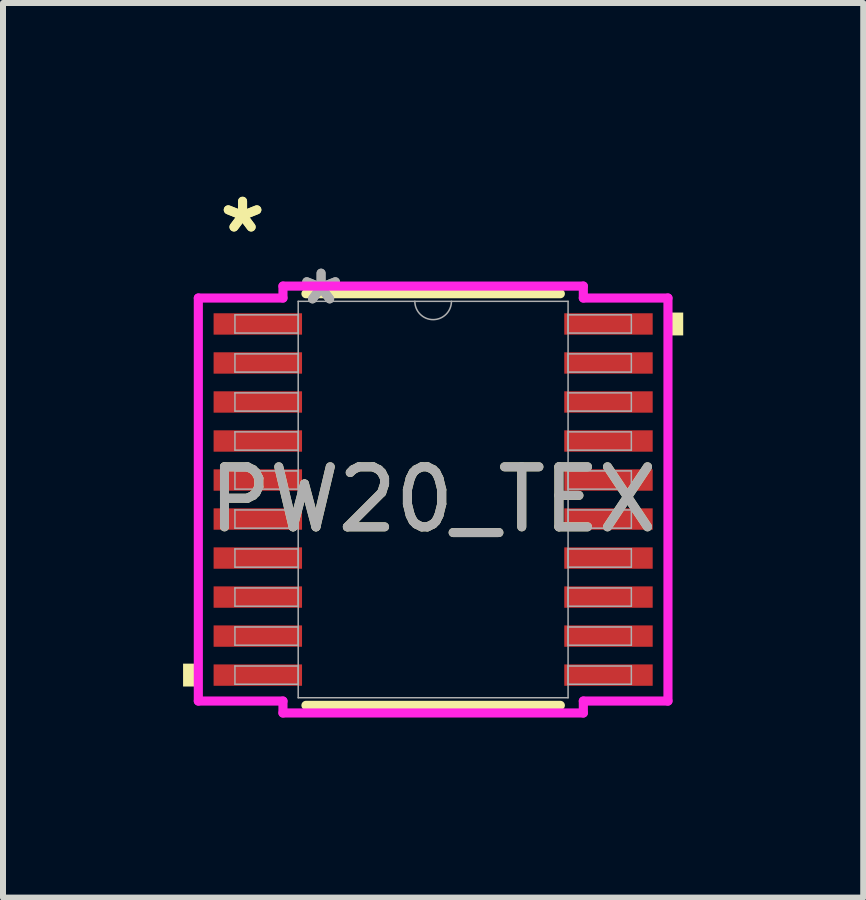
<source format=kicad_pcb>
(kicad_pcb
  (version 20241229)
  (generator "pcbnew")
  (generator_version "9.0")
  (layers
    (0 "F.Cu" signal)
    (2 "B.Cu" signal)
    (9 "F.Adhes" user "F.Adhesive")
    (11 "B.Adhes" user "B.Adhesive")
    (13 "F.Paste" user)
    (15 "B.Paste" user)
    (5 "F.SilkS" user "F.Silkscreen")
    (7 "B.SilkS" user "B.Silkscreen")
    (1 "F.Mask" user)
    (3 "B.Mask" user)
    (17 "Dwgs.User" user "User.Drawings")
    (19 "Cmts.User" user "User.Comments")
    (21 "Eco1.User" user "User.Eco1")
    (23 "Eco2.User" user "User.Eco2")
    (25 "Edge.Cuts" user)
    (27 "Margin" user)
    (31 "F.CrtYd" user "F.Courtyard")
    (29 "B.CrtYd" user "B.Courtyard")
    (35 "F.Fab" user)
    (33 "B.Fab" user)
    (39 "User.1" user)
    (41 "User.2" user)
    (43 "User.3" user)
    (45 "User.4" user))
  (footprint "PW20_TEX"
    (layer "F.Cu")
    (at 4.166 5.272)
    (property "Reference" "PW20_TEX" (at 0 0 0) (unlocked yes) (layer "F.SilkS") (effects (font (size 1 1) (thickness 0.15))))
    (attr smd)
    (fp_line (start -2.119 3.429) (end 2.119 3.429) (stroke (width 0.152) (type solid)) (layer "F.SilkS"))
    (fp_line (start 2.119 -3.429) (end -2.119 -3.429) (stroke (width 0.152) (type solid)) (layer "F.SilkS"))
    (fp_poly (pts (xy -4.166 2.734) (xy -4.166 3.115) (xy -3.912 3.115) (xy -3.912 2.734)) (stroke (width 0) (type solid)) (fill yes) (layer "F.SilkS"))
    (fp_poly (pts (xy 4.166 -3.115) (xy 4.166 -2.734) (xy 3.912 -2.734) (xy 3.912 -3.115)) (stroke (width 0) (type solid)) (fill yes) (layer "F.SilkS"))
    (fp_line (start -3.912 -3.357) (end -2.502 -3.357) (stroke (width 0.152) (type solid)) (layer "F.CrtYd"))
    (fp_line (start -3.912 3.357) (end -3.912 -3.357) (stroke (width 0.152) (type solid)) (layer "F.CrtYd"))
    (fp_line (start -3.912 3.357) (end -2.502 3.357) (stroke (width 0.152) (type solid)) (layer "F.CrtYd"))
    (fp_line (start -2.502 -3.556) (end 2.502 -3.556) (stroke (width 0.152) (type solid)) (layer "F.CrtYd"))
    (fp_line (start -2.502 -3.357) (end -2.502 -3.556) (stroke (width 0.152) (type solid)) (layer "F.CrtYd"))
    (fp_line (start -2.502 3.556) (end -2.502 3.357) (stroke (width 0.152) (type solid)) (layer "F.CrtYd"))
    (fp_line (start 2.502 -3.556) (end 2.502 -3.357) (stroke (width 0.152) (type solid)) (layer "F.CrtYd"))
    (fp_line (start 2.502 3.357) (end 2.502 3.556) (stroke (width 0.152) (type solid)) (layer "F.CrtYd"))
    (fp_line (start 2.502 3.556) (end -2.502 3.556) (stroke (width 0.152) (type solid)) (layer "F.CrtYd"))
    (fp_line (start 3.912 -3.357) (end 2.502 -3.357) (stroke (width 0.152) (type solid)) (layer "F.CrtYd"))
    (fp_line (start 3.912 -3.357) (end 3.912 3.357) (stroke (width 0.152) (type solid)) (layer "F.CrtYd"))
    (fp_line (start 3.912 3.357) (end 2.502 3.357) (stroke (width 0.152) (type solid)) (layer "F.CrtYd"))
    (fp_line (start -3.302 -3.077) (end -3.302 -2.773) (stroke (width 0.025) (type solid)) (layer "F.Fab"))
    (fp_line (start -3.302 -2.773) (end -2.248 -2.773) (stroke (width 0.025) (type solid)) (layer "F.Fab"))
    (fp_line (start -3.302 -2.427) (end -3.302 -2.123) (stroke (width 0.025) (type solid)) (layer "F.Fab"))
    (fp_line (start -3.302 -2.123) (end -2.248 -2.123) (stroke (width 0.025) (type solid)) (layer "F.Fab"))
    (fp_line (start -3.302 -1.777) (end -3.302 -1.473) (stroke (width 0.025) (type solid)) (layer "F.Fab"))
    (fp_line (start -3.302 -1.473) (end -2.248 -1.473) (stroke (width 0.025) (type solid)) (layer "F.Fab"))
    (fp_line (start -3.302 -1.127) (end -3.302 -0.823) (stroke (width 0.025) (type solid)) (layer "F.Fab"))
    (fp_line (start -3.302 -0.823) (end -2.248 -0.823) (stroke (width 0.025) (type solid)) (layer "F.Fab"))
    (fp_line (start -3.302 -0.477) (end -3.302 -0.173) (stroke (width 0.025) (type solid)) (layer "F.Fab"))
    (fp_line (start -3.302 -0.173) (end -2.248 -0.173) (stroke (width 0.025) (type solid)) (layer "F.Fab"))
    (fp_line (start -3.302 0.173) (end -3.302 0.477) (stroke (width 0.025) (type solid)) (layer "F.Fab"))
    (fp_line (start -3.302 0.477) (end -2.248 0.477) (stroke (width 0.025) (type solid)) (layer "F.Fab"))
    (fp_line (start -3.302 0.823) (end -3.302 1.127) (stroke (width 0.025) (type solid)) (layer "F.Fab"))
    (fp_line (start -3.302 1.127) (end -2.248 1.127) (stroke (width 0.025) (type solid)) (layer "F.Fab"))
    (fp_line (start -3.302 1.473) (end -3.302 1.777) (stroke (width 0.025) (type solid)) (layer "F.Fab"))
    (fp_line (start -3.302 1.777) (end -2.248 1.777) (stroke (width 0.025) (type solid)) (layer "F.Fab"))
    (fp_line (start -3.302 2.123) (end -3.302 2.427) (stroke (width 0.025) (type solid)) (layer "F.Fab"))
    (fp_line (start -3.302 2.427) (end -2.248 2.427) (stroke (width 0.025) (type solid)) (layer "F.Fab"))
    (fp_line (start -3.302 2.773) (end -3.302 3.077) (stroke (width 0.025) (type solid)) (layer "F.Fab"))
    (fp_line (start -3.302 3.077) (end -2.248 3.077) (stroke (width 0.025) (type solid)) (layer "F.Fab"))
    (fp_line (start -2.248 -3.302) (end -2.248 3.302) (stroke (width 0.025) (type solid)) (layer "F.Fab"))
    (fp_line (start -2.248 -3.077) (end -3.302 -3.077) (stroke (width 0.025) (type solid)) (layer "F.Fab"))
    (fp_line (start -2.248 -2.773) (end -2.248 -3.077) (stroke (width 0.025) (type solid)) (layer "F.Fab"))
    (fp_line (start -2.248 -2.427) (end -3.302 -2.427) (stroke (width 0.025) (type solid)) (layer "F.Fab"))
    (fp_line (start -2.248 -2.123) (end -2.248 -2.427) (stroke (width 0.025) (type solid)) (layer "F.Fab"))
    (fp_line (start -2.248 -1.777) (end -3.302 -1.777) (stroke (width 0.025) (type solid)) (layer "F.Fab"))
    (fp_line (start -2.248 -1.473) (end -2.248 -1.777) (stroke (width 0.025) (type solid)) (layer "F.Fab"))
    (fp_line (start -2.248 -1.127) (end -3.302 -1.127) (stroke (width 0.025) (type solid)) (layer "F.Fab"))
    (fp_line (start -2.248 -0.823) (end -2.248 -1.127) (stroke (width 0.025) (type solid)) (layer "F.Fab"))
    (fp_line (start -2.248 -0.477) (end -3.302 -0.477) (stroke (width 0.025) (type solid)) (layer "F.Fab"))
    (fp_line (start -2.248 -0.173) (end -2.248 -0.477) (stroke (width 0.025) (type solid)) (layer "F.Fab"))
    (fp_line (start -2.248 0.173) (end -3.302 0.173) (stroke (width 0.025) (type solid)) (layer "F.Fab"))
    (fp_line (start -2.248 0.477) (end -2.248 0.173) (stroke (width 0.025) (type solid)) (layer "F.Fab"))
    (fp_line (start -2.248 0.823) (end -3.302 0.823) (stroke (width 0.025) (type solid)) (layer "F.Fab"))
    (fp_line (start -2.248 1.127) (end -2.248 0.823) (stroke (width 0.025) (type solid)) (layer "F.Fab"))
    (fp_line (start -2.248 1.473) (end -3.302 1.473) (stroke (width 0.025) (type solid)) (layer "F.Fab"))
    (fp_line (start -2.248 1.777) (end -2.248 1.473) (stroke (width 0.025) (type solid)) (layer "F.Fab"))
    (fp_line (start -2.248 2.123) (end -3.302 2.123) (stroke (width 0.025) (type solid)) (layer "F.Fab"))
    (fp_line (start -2.248 2.427) (end -2.248 2.123) (stroke (width 0.025) (type solid)) (layer "F.Fab"))
    (fp_line (start -2.248 2.773) (end -3.302 2.773) (stroke (width 0.025) (type solid)) (layer "F.Fab"))
    (fp_line (start -2.248 3.077) (end -2.248 2.773) (stroke (width 0.025) (type solid)) (layer "F.Fab"))
    (fp_line (start -2.248 3.302) (end 2.248 3.302) (stroke (width 0.025) (type solid)) (layer "F.Fab"))
    (fp_line (start 2.248 -3.302) (end -2.248 -3.302) (stroke (width 0.025) (type solid)) (layer "F.Fab"))
    (fp_line (start 2.248 -3.077) (end 2.248 -2.773) (stroke (width 0.025) (type solid)) (layer "F.Fab"))
    (fp_line (start 2.248 -2.773) (end 3.302 -2.773) (stroke (width 0.025) (type solid)) (layer "F.Fab"))
    (fp_line (start 2.248 -2.427) (end 2.248 -2.123) (stroke (width 0.025) (type solid)) (layer "F.Fab"))
    (fp_line (start 2.248 -2.123) (end 3.302 -2.123) (stroke (width 0.025) (type solid)) (layer "F.Fab"))
    (fp_line (start 2.248 -1.777) (end 2.248 -1.473) (stroke (width 0.025) (type solid)) (layer "F.Fab"))
    (fp_line (start 2.248 -1.473) (end 3.302 -1.473) (stroke (width 0.025) (type solid)) (layer "F.Fab"))
    (fp_line (start 2.248 -1.127) (end 2.248 -0.823) (stroke (width 0.025) (type solid)) (layer "F.Fab"))
    (fp_line (start 2.248 -0.823) (end 3.302 -0.823) (stroke (width 0.025) (type solid)) (layer "F.Fab"))
    (fp_line (start 2.248 -0.477) (end 2.248 -0.173) (stroke (width 0.025) (type solid)) (layer "F.Fab"))
    (fp_line (start 2.248 -0.173) (end 3.302 -0.173) (stroke (width 0.025) (type solid)) (layer "F.Fab"))
    (fp_line (start 2.248 0.173) (end 2.248 0.477) (stroke (width 0.025) (type solid)) (layer "F.Fab"))
    (fp_line (start 2.248 0.477) (end 3.302 0.477) (stroke (width 0.025) (type solid)) (layer "F.Fab"))
    (fp_line (start 2.248 0.823) (end 2.248 1.127) (stroke (width 0.025) (type solid)) (layer "F.Fab"))
    (fp_line (start 2.248 1.127) (end 3.302 1.127) (stroke (width 0.025) (type solid)) (layer "F.Fab"))
    (fp_line (start 2.248 1.473) (end 2.248 1.777) (stroke (width 0.025) (type solid)) (layer "F.Fab"))
    (fp_line (start 2.248 1.777) (end 3.302 1.777) (stroke (width 0.025) (type solid)) (layer "F.Fab"))
    (fp_line (start 2.248 2.123) (end 2.248 2.427) (stroke (width 0.025) (type solid)) (layer "F.Fab"))
    (fp_line (start 2.248 2.427) (end 3.302 2.427) (stroke (width 0.025) (type solid)) (layer "F.Fab"))
    (fp_line (start 2.248 2.773) (end 2.248 3.077) (stroke (width 0.025) (type solid)) (layer "F.Fab"))
    (fp_line (start 2.248 3.077) (end 3.302 3.077) (stroke (width 0.025) (type solid)) (layer "F.Fab"))
    (fp_line (start 2.248 3.302) (end 2.248 -3.302) (stroke (width 0.025) (type solid)) (layer "F.Fab"))
    (fp_line (start 3.302 -3.077) (end 2.248 -3.077) (stroke (width 0.025) (type solid)) (layer "F.Fab"))
    (fp_line (start 3.302 -2.773) (end 3.302 -3.077) (stroke (width 0.025) (type solid)) (layer "F.Fab"))
    (fp_line (start 3.302 -2.427) (end 2.248 -2.427) (stroke (width 0.025) (type solid)) (layer "F.Fab"))
    (fp_line (start 3.302 -2.123) (end 3.302 -2.427) (stroke (width 0.025) (type solid)) (layer "F.Fab"))
    (fp_line (start 3.302 -1.777) (end 2.248 -1.777) (stroke (width 0.025) (type solid)) (layer "F.Fab"))
    (fp_line (start 3.302 -1.473) (end 3.302 -1.777) (stroke (width 0.025) (type solid)) (layer "F.Fab"))
    (fp_line (start 3.302 -1.127) (end 2.248 -1.127) (stroke (width 0.025) (type solid)) (layer "F.Fab"))
    (fp_line (start 3.302 -0.823) (end 3.302 -1.127) (stroke (width 0.025) (type solid)) (layer "F.Fab"))
    (fp_line (start 3.302 -0.477) (end 2.248 -0.477) (stroke (width 0.025) (type solid)) (layer "F.Fab"))
    (fp_line (start 3.302 -0.173) (end 3.302 -0.477) (stroke (width 0.025) (type solid)) (layer "F.Fab"))
    (fp_line (start 3.302 0.173) (end 2.248 0.173) (stroke (width 0.025) (type solid)) (layer "F.Fab"))
    (fp_line (start 3.302 0.477) (end 3.302 0.173) (stroke (width 0.025) (type solid)) (layer "F.Fab"))
    (fp_line (start 3.302 0.823) (end 2.248 0.823) (stroke (width 0.025) (type solid)) (layer "F.Fab"))
    (fp_line (start 3.302 1.127) (end 3.302 0.823) (stroke (width 0.025) (type solid)) (layer "F.Fab"))
    (fp_line (start 3.302 1.473) (end 2.248 1.473) (stroke (width 0.025) (type solid)) (layer "F.Fab"))
    (fp_line (start 3.302 1.777) (end 3.302 1.473) (stroke (width 0.025) (type solid)) (layer "F.Fab"))
    (fp_line (start 3.302 2.123) (end 2.248 2.123) (stroke (width 0.025) (type solid)) (layer "F.Fab"))
    (fp_line (start 3.302 2.427) (end 3.302 2.123) (stroke (width 0.025) (type solid)) (layer "F.Fab"))
    (fp_line (start 3.302 2.773) (end 2.248 2.773) (stroke (width 0.025) (type solid)) (layer "F.Fab"))
    (fp_line (start 3.302 3.077) (end 3.302 2.773) (stroke (width 0.025) (type solid)) (layer "F.Fab"))
    (fp_arc (start 0.3048 -3.302) (mid 0 -2.9972) (end -0.3048 -3.302) (stroke (width 0.0254) (type solid)) (layer "F.Fab"))
    (fp_text user "*" (at -3.175 -4.424 0) (layer "F.SilkS") (effects (font (size 1 1) (thickness 0.15))))
    (fp_text user "*" (at -3.175 -4.424 0) (unlocked yes) (layer "F.SilkS") (effects (font (size 1 1) (thickness 0.15))))
    (fp_text user "*" (at -1.867 -3.226 0) (layer "F.Fab") (effects (font (size 1 1) (thickness 0.15))))
    (fp_text user "${REFERENCE}" (at 0 0 0) (unlocked yes) (layer "F.Fab") (effects (font (size 1 1) (thickness 0.15))))
    (fp_text user "*" (at -1.867 -3.226 0) (unlocked yes) (layer "F.Fab") (effects (font (size 1 1) (thickness 0.15))))
    (pad "1" smd rect (at -2.921 -2.925) (size 1.473 0.356) (layers "F.Cu" "F.Mask" "F.Paste"))
    (pad "2" smd rect (at -2.921 -2.275) (size 1.473 0.356) (layers "F.Cu" "F.Mask" "F.Paste"))
    (pad "3" smd rect (at -2.921 -1.625) (size 1.473 0.356) (layers "F.Cu" "F.Mask" "F.Paste"))
    (pad "4" smd rect (at -2.921 -0.975) (size 1.473 0.356) (layers "F.Cu" "F.Mask" "F.Paste"))
    (pad "5" smd rect (at -2.921 -0.325) (size 1.473 0.356) (layers "F.Cu" "F.Mask" "F.Paste"))
    (pad "6" smd rect (at -2.921 0.325) (size 1.473 0.356) (layers "F.Cu" "F.Mask" "F.Paste"))
    (pad "7" smd rect (at -2.921 0.975) (size 1.473 0.356) (layers "F.Cu" "F.Mask" "F.Paste"))
    (pad "8" smd rect (at -2.921 1.625) (size 1.473 0.356) (layers "F.Cu" "F.Mask" "F.Paste"))
    (pad "9" smd rect (at -2.921 2.275) (size 1.473 0.356) (layers "F.Cu" "F.Mask" "F.Paste"))
    (pad "10" smd rect (at -2.921 2.925) (size 1.473 0.356) (layers "F.Cu" "F.Mask" "F.Paste"))
    (pad "11" smd rect (at 2.921 2.925) (size 1.473 0.356) (layers "F.Cu" "F.Mask" "F.Paste"))
    (pad "12" smd rect (at 2.921 2.275) (size 1.473 0.356) (layers "F.Cu" "F.Mask" "F.Paste"))
    (pad "13" smd rect (at 2.921 1.625) (size 1.473 0.356) (layers "F.Cu" "F.Mask" "F.Paste"))
    (pad "14" smd rect (at 2.921 0.975) (size 1.473 0.356) (layers "F.Cu" "F.Mask" "F.Paste"))
    (pad "15" smd rect (at 2.921 0.325) (size 1.473 0.356) (layers "F.Cu" "F.Mask" "F.Paste"))
    (pad "16" smd rect (at 2.921 -0.325) (size 1.473 0.356) (layers "F.Cu" "F.Mask" "F.Paste"))
    (pad "17" smd rect (at 2.921 -0.975) (size 1.473 0.356) (layers "F.Cu" "F.Mask" "F.Paste"))
    (pad "18" smd rect (at 2.921 -1.625) (size 1.473 0.356) (layers "F.Cu" "F.Mask" "F.Paste"))
    (pad "19" smd rect (at 2.921 -2.275) (size 1.473 0.356) (layers "F.Cu" "F.Mask" "F.Paste"))
    (pad "20" smd rect (at 2.921 -2.925) (size 1.473 0.356) (layers "F.Cu" "F.Mask" "F.Paste")))
  (gr_rect
    (start -3 -3)
    (end 11.331 11.904)
    (stroke (width 0.1) (type default))
    (fill no)
    (layer "Edge.Cuts")))
</source>
